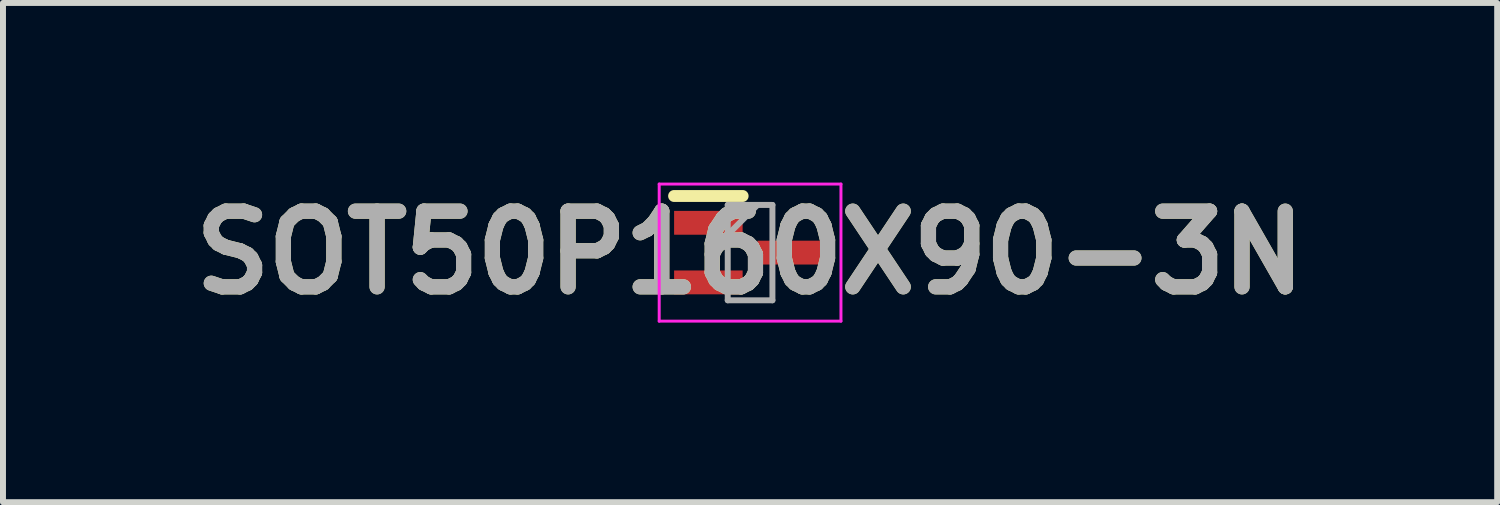
<source format=kicad_pcb>
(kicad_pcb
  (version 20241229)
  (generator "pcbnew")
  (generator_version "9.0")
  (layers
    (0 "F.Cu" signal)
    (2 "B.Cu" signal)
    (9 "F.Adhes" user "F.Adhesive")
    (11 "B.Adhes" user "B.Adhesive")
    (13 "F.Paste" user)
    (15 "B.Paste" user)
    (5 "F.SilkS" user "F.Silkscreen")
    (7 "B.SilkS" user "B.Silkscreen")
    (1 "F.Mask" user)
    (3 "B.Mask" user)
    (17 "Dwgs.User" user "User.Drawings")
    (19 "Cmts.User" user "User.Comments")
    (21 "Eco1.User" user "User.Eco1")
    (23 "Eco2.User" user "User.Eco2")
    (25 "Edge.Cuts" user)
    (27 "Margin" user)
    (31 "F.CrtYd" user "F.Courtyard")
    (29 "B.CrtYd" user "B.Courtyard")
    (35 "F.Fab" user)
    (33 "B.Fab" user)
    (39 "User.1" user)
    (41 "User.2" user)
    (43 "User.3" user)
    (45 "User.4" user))
  (footprint "SOT50P160X90-3N"
    (layer "F.Cu")
    (at 9.537 1.189)
    (property "Reference" "SOT50P160X90-3N" (at 0 0 0) (layer "F.SilkS") (effects (font (size 1.27 1.27) (thickness 0.254))))
    (attr smd)
    (fp_line (start -1.275 -0.95) (end -0.125 -0.95) (stroke (width 0.2) (type solid)) (layer "F.SilkS"))
    (fp_line (start -1.525 -1.15) (end 1.525 -1.15) (stroke (width 0.05) (type solid)) (layer "F.CrtYd"))
    (fp_line (start -1.525 1.15) (end -1.525 -1.15) (stroke (width 0.05) (type solid)) (layer "F.CrtYd"))
    (fp_line (start 1.525 -1.15) (end 1.525 1.15) (stroke (width 0.05) (type solid)) (layer "F.CrtYd"))
    (fp_line (start 1.525 1.15) (end -1.525 1.15) (stroke (width 0.05) (type solid)) (layer "F.CrtYd"))
    (fp_line (start -0.375 -0.8) (end 0.375 -0.8) (stroke (width 0.1) (type solid)) (layer "F.Fab"))
    (fp_line (start -0.375 -0.3) (end 0.125 -0.8) (stroke (width 0.1) (type solid)) (layer "F.Fab"))
    (fp_line (start -0.375 0.8) (end -0.375 -0.8) (stroke (width 0.1) (type solid)) (layer "F.Fab"))
    (fp_line (start 0.375 -0.8) (end 0.375 0.8) (stroke (width 0.1) (type solid)) (layer "F.Fab"))
    (fp_line (start 0.375 0.8) (end -0.375 0.8) (stroke (width 0.1) (type solid)) (layer "F.Fab"))
    (fp_text user "${REFERENCE}" (at 0 0 0) (layer "F.Fab") (effects (font (size 1.27 1.27) (thickness 0.254))))
    (pad "1" smd rect (at -0.7 -0.5 90) (size 0.4 1.15) (layers "F.Cu" "F.Mask" "F.Paste"))
    (pad "2" smd rect (at -0.7 0.5 90) (size 0.4 1.15) (layers "F.Cu" "F.Mask" "F.Paste"))
    (pad "3" smd rect (at 0.7 0 90) (size 0.4 1.15) (layers "F.Cu" "F.Mask" "F.Paste")))
  (gr_rect
    (start -3 -3)
    (end 22.074 5.377)
    (stroke (width 0.1) (type default))
    (fill no)
    (layer "Edge.Cuts")))
</source>
